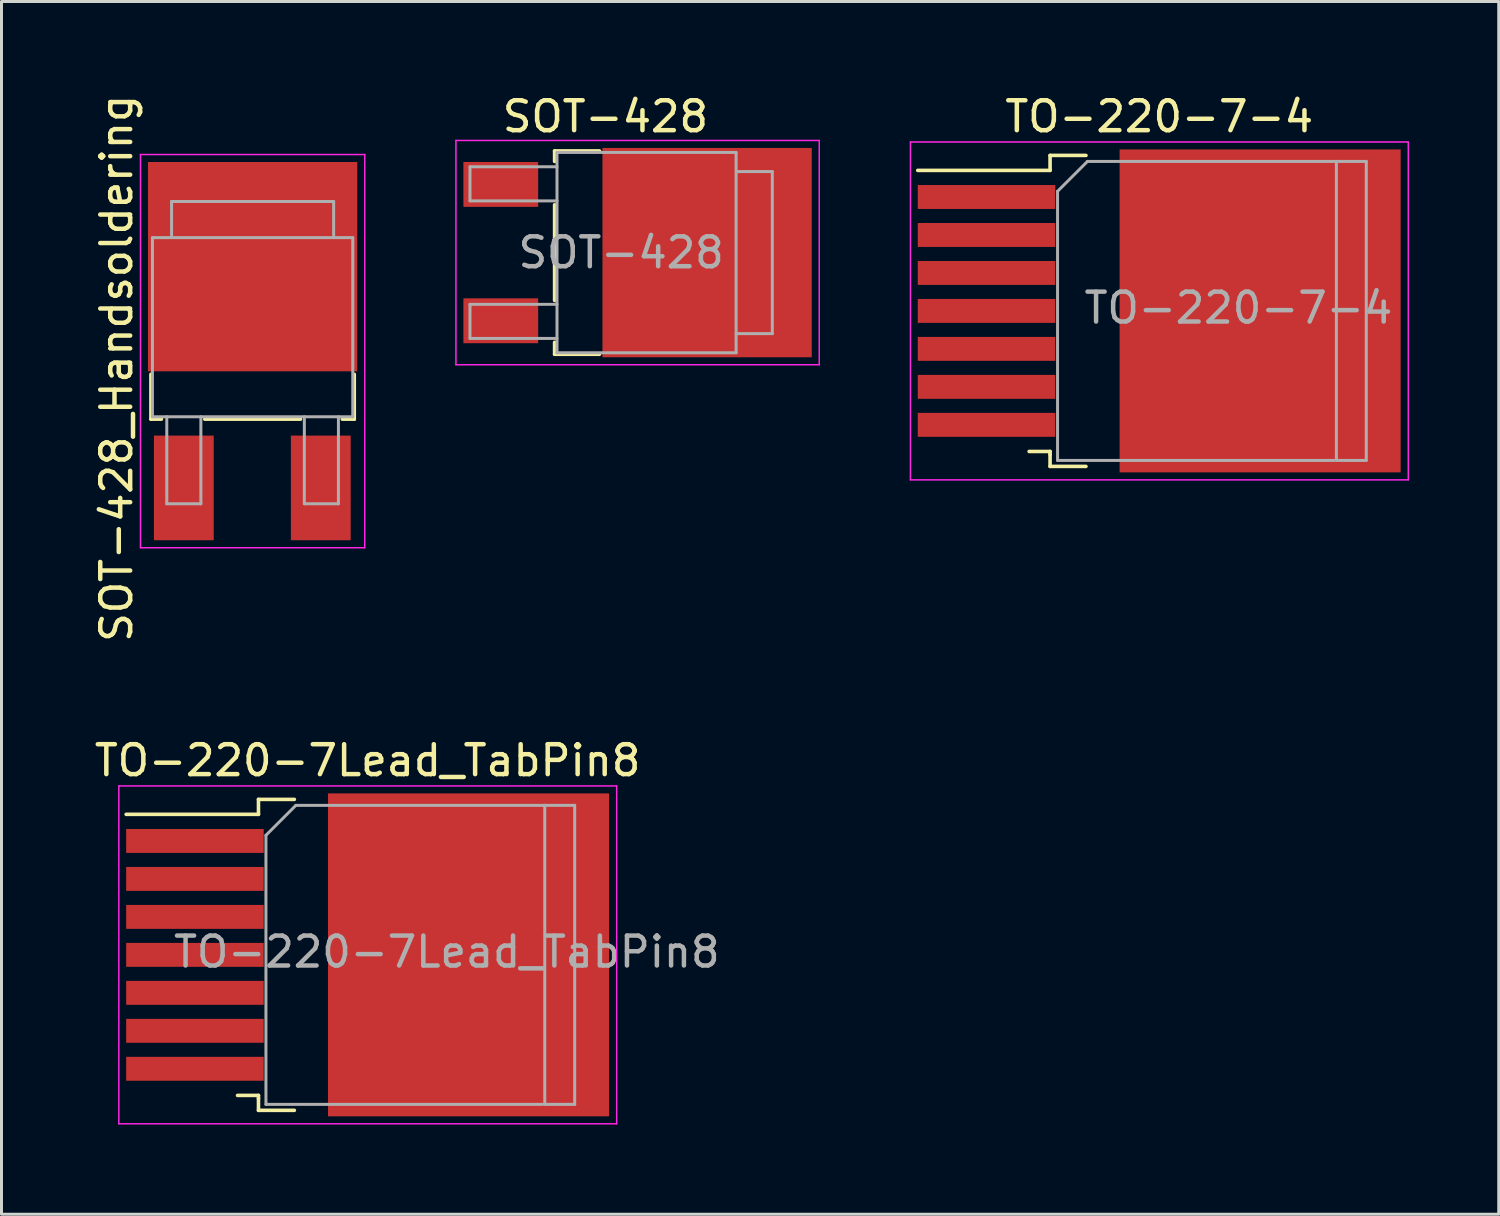
<source format=kicad_pcb>
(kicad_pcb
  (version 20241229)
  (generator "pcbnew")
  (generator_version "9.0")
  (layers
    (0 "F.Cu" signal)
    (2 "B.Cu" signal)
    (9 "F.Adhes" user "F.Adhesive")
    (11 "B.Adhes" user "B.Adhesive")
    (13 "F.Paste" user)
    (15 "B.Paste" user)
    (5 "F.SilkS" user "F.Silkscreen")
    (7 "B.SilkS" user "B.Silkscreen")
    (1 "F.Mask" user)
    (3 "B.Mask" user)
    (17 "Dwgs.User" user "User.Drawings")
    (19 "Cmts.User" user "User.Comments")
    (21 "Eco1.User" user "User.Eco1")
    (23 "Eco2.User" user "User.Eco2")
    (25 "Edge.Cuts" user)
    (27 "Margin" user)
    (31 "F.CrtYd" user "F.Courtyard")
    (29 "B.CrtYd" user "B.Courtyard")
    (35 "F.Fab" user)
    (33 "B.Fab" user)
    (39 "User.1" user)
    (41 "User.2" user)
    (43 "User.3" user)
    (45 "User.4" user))
  (footprint "SOT-428"
    (layer "F.Cu")
    (at 17.148 5.398)
    (property "Reference" "SOT-428" (at 0.05 -4.55 0) (layer "F.SilkS") (effects (font (size 1 1) (thickness 0.15))))
    (attr smd)
    (fp_line (start -1.65 -3.4) (end -0.15 -3.4) (stroke (width 0.12) (type solid)) (layer "F.SilkS"))
    (fp_line (start -1.65 -3.05) (end -1.65 -3.4) (stroke (width 0.12) (type solid)) (layer "F.SilkS"))
    (fp_line (start -1.65 1.6) (end -1.65 -1.6) (stroke (width 0.12) (type solid)) (layer "F.SilkS"))
    (fp_line (start -1.65 3.4) (end -1.65 3) (stroke (width 0.12) (type solid)) (layer "F.SilkS"))
    (fp_line (start -0.15 3.4) (end -1.65 3.4) (stroke (width 0.12) (type solid)) (layer "F.SilkS"))
    (fp_line (start -4.95 3.75) (end -4.95 -3.75) (stroke (width 0.05) (type solid)) (layer "F.CrtYd"))
    (fp_line (start -4.95 3.75) (end 7.2 3.75) (stroke (width 0.05) (type solid)) (layer "F.CrtYd"))
    (fp_line (start 7.2 -3.75) (end -4.95 -3.75) (stroke (width 0.05) (type solid)) (layer "F.CrtYd"))
    (fp_line (start 7.2 -3.75) (end 7.2 3.75) (stroke (width 0.05) (type solid)) (layer "F.CrtYd"))
    (fp_line (start -4.48 -2.87) (end -4.48 -1.73) (stroke (width 0.1) (type solid)) (layer "F.Fab"))
    (fp_line (start -4.48 -1.73) (end -1.57 -1.73) (stroke (width 0.1) (type solid)) (layer "F.Fab"))
    (fp_line (start -4.48 1.73) (end -4.48 2.87) (stroke (width 0.1) (type solid)) (layer "F.Fab"))
    (fp_line (start -4.48 2.87) (end -1.57 2.87) (stroke (width 0.1) (type solid)) (layer "F.Fab"))
    (fp_line (start -1.57 -2.87) (end -4.48 -2.87) (stroke (width 0.1) (type solid)) (layer "F.Fab"))
    (fp_line (start -1.57 1.73) (end -4.48 1.73) (stroke (width 0.1) (type solid)) (layer "F.Fab"))
    (fp_line (start -1.57 3.35) (end -1.57 -3.35) (stroke (width 0.1) (type solid)) (layer "F.Fab"))
    (fp_line (start -1.57 3.35) (end 4.42 3.35) (stroke (width 0.1) (type solid)) (layer "F.Fab"))
    (fp_line (start 4.42 -3.35) (end -1.57 -3.35) (stroke (width 0.1) (type solid)) (layer "F.Fab"))
    (fp_line (start 4.42 3.35) (end 4.42 -3.35) (stroke (width 0.1) (type solid)) (layer "F.Fab"))
    (fp_line (start 4.43 -2.71) (end 5.63 -2.71) (stroke (width 0.1) (type solid)) (layer "F.Fab"))
    (fp_line (start 5.63 -2.71) (end 5.63 2.71) (stroke (width 0.1) (type solid)) (layer "F.Fab"))
    (fp_line (start 5.63 2.71) (end 4.42 2.71) (stroke (width 0.1) (type solid)) (layer "F.Fab"))
    (fp_text user "${REFERENCE}" (at 0.575 0 0) (layer "F.Fab") (effects (font (size 1 1) (thickness 0.15))))
    (pad "1" smd rect (at -3.45 -2.28 270) (size 1.5 2.5) (layers "F.Cu" "F.Mask" "F.Paste"))
    (pad "2" smd rect (at 3.45 0 270) (size 7 7) (layers "F.Cu" "F.Mask" "F.Paste"))
    (pad "3" smd rect (at -3.45 2.28 270) (size 1.5 2.5) (layers "F.Cu" "F.Mask" "F.Paste")))
  (footprint "TO-220-7-4"
    (layer "F.Cu")
    (at 35.718 7.348)
    (property "Reference" "TO-220-7-4" (at 0 -6.5 0) (layer "F.SilkS") (effects (font (size 1 1) (thickness 0.15))))
    (attr smd)
    (fp_line (start -8.075 -4.7) (end -3.65 -4.7) (stroke (width 0.12) (type solid)) (layer "F.SilkS"))
    (fp_line (start -4.35 4.7) (end -3.65 4.7) (stroke (width 0.12) (type solid)) (layer "F.SilkS"))
    (fp_line (start -3.65 -5.2) (end -2.45 -5.2) (stroke (width 0.12) (type solid)) (layer "F.SilkS"))
    (fp_line (start -3.65 -4.7) (end -3.65 -5.2) (stroke (width 0.12) (type solid)) (layer "F.SilkS"))
    (fp_line (start -3.65 4.7) (end -3.65 4.8) (stroke (width 0.12) (type solid)) (layer "F.SilkS"))
    (fp_line (start -3.65 5.2) (end -3.65 4.8) (stroke (width 0.12) (type solid)) (layer "F.SilkS"))
    (fp_line (start -2.45 5.2) (end -3.65 5.2) (stroke (width 0.12) (type solid)) (layer "F.SilkS"))
    (fp_line (start -8.32 -5.65) (end -8.32 5.65) (stroke (width 0.05) (type solid)) (layer "F.CrtYd"))
    (fp_line (start -8.32 -5.65) (end 8.33 -5.65) (stroke (width 0.05) (type solid)) (layer "F.CrtYd"))
    (fp_line (start 8.33 5.65) (end -8.32 5.65) (stroke (width 0.05) (type solid)) (layer "F.CrtYd"))
    (fp_line (start 8.33 5.65) (end 8.33 -5.65) (stroke (width 0.05) (type solid)) (layer "F.CrtYd"))
    (fp_line (start -3.4 -4) (end -3.4 5) (stroke (width 0.1) (type solid)) (layer "F.Fab"))
    (fp_line (start -3.4 -4) (end -2.4 -5) (stroke (width 0.1) (type solid)) (layer "F.Fab"))
    (fp_line (start -3.4 5) (end 5.85 5) (stroke (width 0.1) (type solid)) (layer "F.Fab"))
    (fp_line (start -2.4 -5) (end 5.925 -5) (stroke (width 0.1) (type solid)) (layer "F.Fab"))
    (fp_line (start 5.925 -5) (end 5.925 5) (stroke (width 0.1) (type solid)) (layer "F.Fab"))
    (fp_line (start 5.925 -5) (end 6.925 -5) (stroke (width 0.1) (type solid)) (layer "F.Fab"))
    (fp_line (start 5.925 5) (end 6.925 5) (stroke (width 0.1) (type solid)) (layer "F.Fab"))
    (fp_line (start 6.925 -5) (end 6.925 5) (stroke (width 0.1) (type solid)) (layer "F.Fab"))
    (fp_text user "${REFERENCE}" (at 2.65 -0.1 0) (layer "F.Fab") (effects (font (size 1 1) (thickness 0.15))))
    (pad "1" smd rect (at -5.775 -3.81) (size 4.6 0.8) (layers "F.Cu" "F.Mask" "F.Paste"))
    (pad "2" smd rect (at -5.775 -2.54) (size 4.6 0.8) (layers "F.Cu" "F.Mask" "F.Paste"))
    (pad "3" smd rect (at -5.775 -1.27) (size 4.6 0.8) (layers "F.Cu" "F.Mask" "F.Paste"))
    (pad "4" smd rect (at -5.775 0) (size 4.6 0.8) (layers "F.Cu" "F.Mask" "F.Paste"))
    (pad "5" smd rect (at -5.775 1.27) (size 4.6 0.8) (layers "F.Cu" "F.Mask" "F.Paste"))
    (pad "6" smd rect (at -5.775 2.54) (size 4.6 0.8) (layers "F.Cu" "F.Mask" "F.Paste"))
    (pad "7" smd rect (at -5.775 3.81) (size 4.6 0.8) (layers "F.Cu" "F.Mask" "F.Paste"))
    (pad "8" smd rect (at 3.375 0) (size 9.4 10.8) (layers "F.Cu" "F.Mask" "F.Paste")))
  (footprint "TO-220-7Lead_TabPin8"
    (layer "F.Cu")
    (at 9.244 28.884)
    (property "Reference" "TO-220-7Lead_TabPin8" (at 0 -6.5 0) (layer "F.SilkS") (effects (font (size 1 1) (thickness 0.15))))
    (attr smd)
    (fp_line (start -8.075 -4.7) (end -3.65 -4.7) (stroke (width 0.12) (type solid)) (layer "F.SilkS"))
    (fp_line (start -4.35 4.7) (end -3.65 4.7) (stroke (width 0.12) (type solid)) (layer "F.SilkS"))
    (fp_line (start -3.65 -5.2) (end -2.45 -5.2) (stroke (width 0.12) (type solid)) (layer "F.SilkS"))
    (fp_line (start -3.65 -4.7) (end -3.65 -5.2) (stroke (width 0.12) (type solid)) (layer "F.SilkS"))
    (fp_line (start -3.65 4.7) (end -3.65 4.8) (stroke (width 0.12) (type solid)) (layer "F.SilkS"))
    (fp_line (start -3.65 5.2) (end -3.65 4.8) (stroke (width 0.12) (type solid)) (layer "F.SilkS"))
    (fp_line (start -2.45 5.2) (end -3.65 5.2) (stroke (width 0.12) (type solid)) (layer "F.SilkS"))
    (fp_line (start -8.32 -5.65) (end -8.32 5.65) (stroke (width 0.05) (type solid)) (layer "F.CrtYd"))
    (fp_line (start -8.32 -5.65) (end 8.33 -5.65) (stroke (width 0.05) (type solid)) (layer "F.CrtYd"))
    (fp_line (start 8.33 5.65) (end -8.32 5.65) (stroke (width 0.05) (type solid)) (layer "F.CrtYd"))
    (fp_line (start 8.33 5.65) (end 8.33 -5.65) (stroke (width 0.05) (type solid)) (layer "F.CrtYd"))
    (fp_line (start -3.4 -4) (end -3.4 5) (stroke (width 0.1) (type solid)) (layer "F.Fab"))
    (fp_line (start -3.4 -4) (end -2.4 -5) (stroke (width 0.1) (type solid)) (layer "F.Fab"))
    (fp_line (start -3.4 5) (end 5.85 5) (stroke (width 0.1) (type solid)) (layer "F.Fab"))
    (fp_line (start -2.4 -5) (end 5.925 -5) (stroke (width 0.1) (type solid)) (layer "F.Fab"))
    (fp_line (start 5.925 -5) (end 5.925 5) (stroke (width 0.1) (type solid)) (layer "F.Fab"))
    (fp_line (start 5.925 -5) (end 6.925 -5) (stroke (width 0.1) (type solid)) (layer "F.Fab"))
    (fp_line (start 5.925 5) (end 6.925 5) (stroke (width 0.1) (type solid)) (layer "F.Fab"))
    (fp_line (start 6.925 -5) (end 6.925 5) (stroke (width 0.1) (type solid)) (layer "F.Fab"))
    (fp_text user "${REFERENCE}" (at 2.65 -0.1 0) (layer "F.Fab") (effects (font (size 1 1) (thickness 0.15))))
    (pad "1" smd rect (at -5.775 -3.81) (size 4.6 0.8) (layers "F.Cu" "F.Mask" "F.Paste"))
    (pad "2" smd rect (at -5.775 -2.54) (size 4.6 0.8) (layers "F.Cu" "F.Mask" "F.Paste"))
    (pad "3" smd rect (at -5.775 -1.27) (size 4.6 0.8) (layers "F.Cu" "F.Mask" "F.Paste"))
    (pad "4" smd rect (at -5.775 0) (size 4.6 0.8) (layers "F.Cu" "F.Mask" "F.Paste"))
    (pad "5" smd rect (at -5.775 1.27) (size 4.6 0.8) (layers "F.Cu" "F.Mask" "F.Paste"))
    (pad "6" smd rect (at -5.775 2.54) (size 4.6 0.8) (layers "F.Cu" "F.Mask" "F.Paste"))
    (pad "7" smd rect (at -5.775 3.81) (size 4.6 0.8) (layers "F.Cu" "F.Mask" "F.Paste"))
    (pad "8" smd rect (at 3.375 0) (size 9.4 10.8) (layers "F.Cu" "F.Mask" "F.Paste")))
  (footprint "SOT-428_Handsoldering"
    (layer "F.Cu")
    (at 5.388 9.568)
    (property "Reference" "SOT-428_Handsoldering" (at -4.54 -0.3 90) (layer "F.SilkS") (effects (font (size 1 1) (thickness 0.15))))
    (attr smd)
    (fp_line (start -3.39 1.4) (end -3.39 -0.1) (stroke (width 0.12) (type solid)) (layer "F.SilkS"))
    (fp_line (start -3.04 1.4) (end -3.39 1.4) (stroke (width 0.12) (type solid)) (layer "F.SilkS"))
    (fp_line (start 1.61 1.4) (end -1.59 1.4) (stroke (width 0.12) (type solid)) (layer "F.SilkS"))
    (fp_line (start 3.41 -0.1) (end 3.41 1.4) (stroke (width 0.12) (type solid)) (layer "F.SilkS"))
    (fp_line (start 3.41 1.4) (end 3.01 1.4) (stroke (width 0.12) (type solid)) (layer "F.SilkS"))
    (fp_line (start -3.74 -7.45) (end -3.74 5.7) (stroke (width 0.05) (type solid)) (layer "F.CrtYd"))
    (fp_line (start -3.74 -7.45) (end 3.76 -7.45) (stroke (width 0.05) (type solid)) (layer "F.CrtYd"))
    (fp_line (start 3.76 5.7) (end -3.74 5.7) (stroke (width 0.05) (type solid)) (layer "F.CrtYd"))
    (fp_line (start 3.76 5.7) (end 3.76 -7.45) (stroke (width 0.05) (type solid)) (layer "F.CrtYd"))
    (fp_line (start -3.34 -4.67) (end -3.34 1.32) (stroke (width 0.1) (type solid)) (layer "F.Fab"))
    (fp_line (start -2.86 1.32) (end -2.86 4.23) (stroke (width 0.1) (type solid)) (layer "F.Fab"))
    (fp_line (start -2.86 4.23) (end -1.72 4.23) (stroke (width 0.1) (type solid)) (layer "F.Fab"))
    (fp_line (start -2.7 -5.88) (end 2.72 -5.88) (stroke (width 0.1) (type solid)) (layer "F.Fab"))
    (fp_line (start -2.7 -4.68) (end -2.7 -5.88) (stroke (width 0.1) (type solid)) (layer "F.Fab"))
    (fp_line (start -1.72 4.23) (end -1.72 1.32) (stroke (width 0.1) (type solid)) (layer "F.Fab"))
    (fp_line (start 1.74 1.32) (end 1.74 4.23) (stroke (width 0.1) (type solid)) (layer "F.Fab"))
    (fp_line (start 1.74 4.23) (end 2.88 4.23) (stroke (width 0.1) (type solid)) (layer "F.Fab"))
    (fp_line (start 2.72 -5.88) (end 2.72 -4.67) (stroke (width 0.1) (type solid)) (layer "F.Fab"))
    (fp_line (start 2.88 4.23) (end 2.88 1.32) (stroke (width 0.1) (type solid)) (layer "F.Fab"))
    (fp_line (start 3.36 -4.67) (end -3.34 -4.67) (stroke (width 0.1) (type solid)) (layer "F.Fab"))
    (fp_line (start 3.36 1.32) (end -3.34 1.32) (stroke (width 0.1) (type solid)) (layer "F.Fab"))
    (fp_line (start 3.36 1.32) (end 3.36 -4.67) (stroke (width 0.1) (type solid)) (layer "F.Fab"))
    (pad "1" smd rect (at -2.29 3.7) (size 2 3.5) (layers "F.Cu" "F.Mask" "F.Paste"))
    (pad "2" smd rect (at 0.01 -3.7) (size 7 7) (layers "F.Cu" "F.Mask" "F.Paste"))
    (pad "3" smd rect (at 2.29 3.7) (size 2 3.5) (layers "F.Cu" "F.Mask" "F.Paste")))
  (gr_rect
    (start -3 -3)
    (end 47.073 37.559)
    (stroke (width 0.1) (type default))
    (fill no)
    (layer "Edge.Cuts")))
</source>
